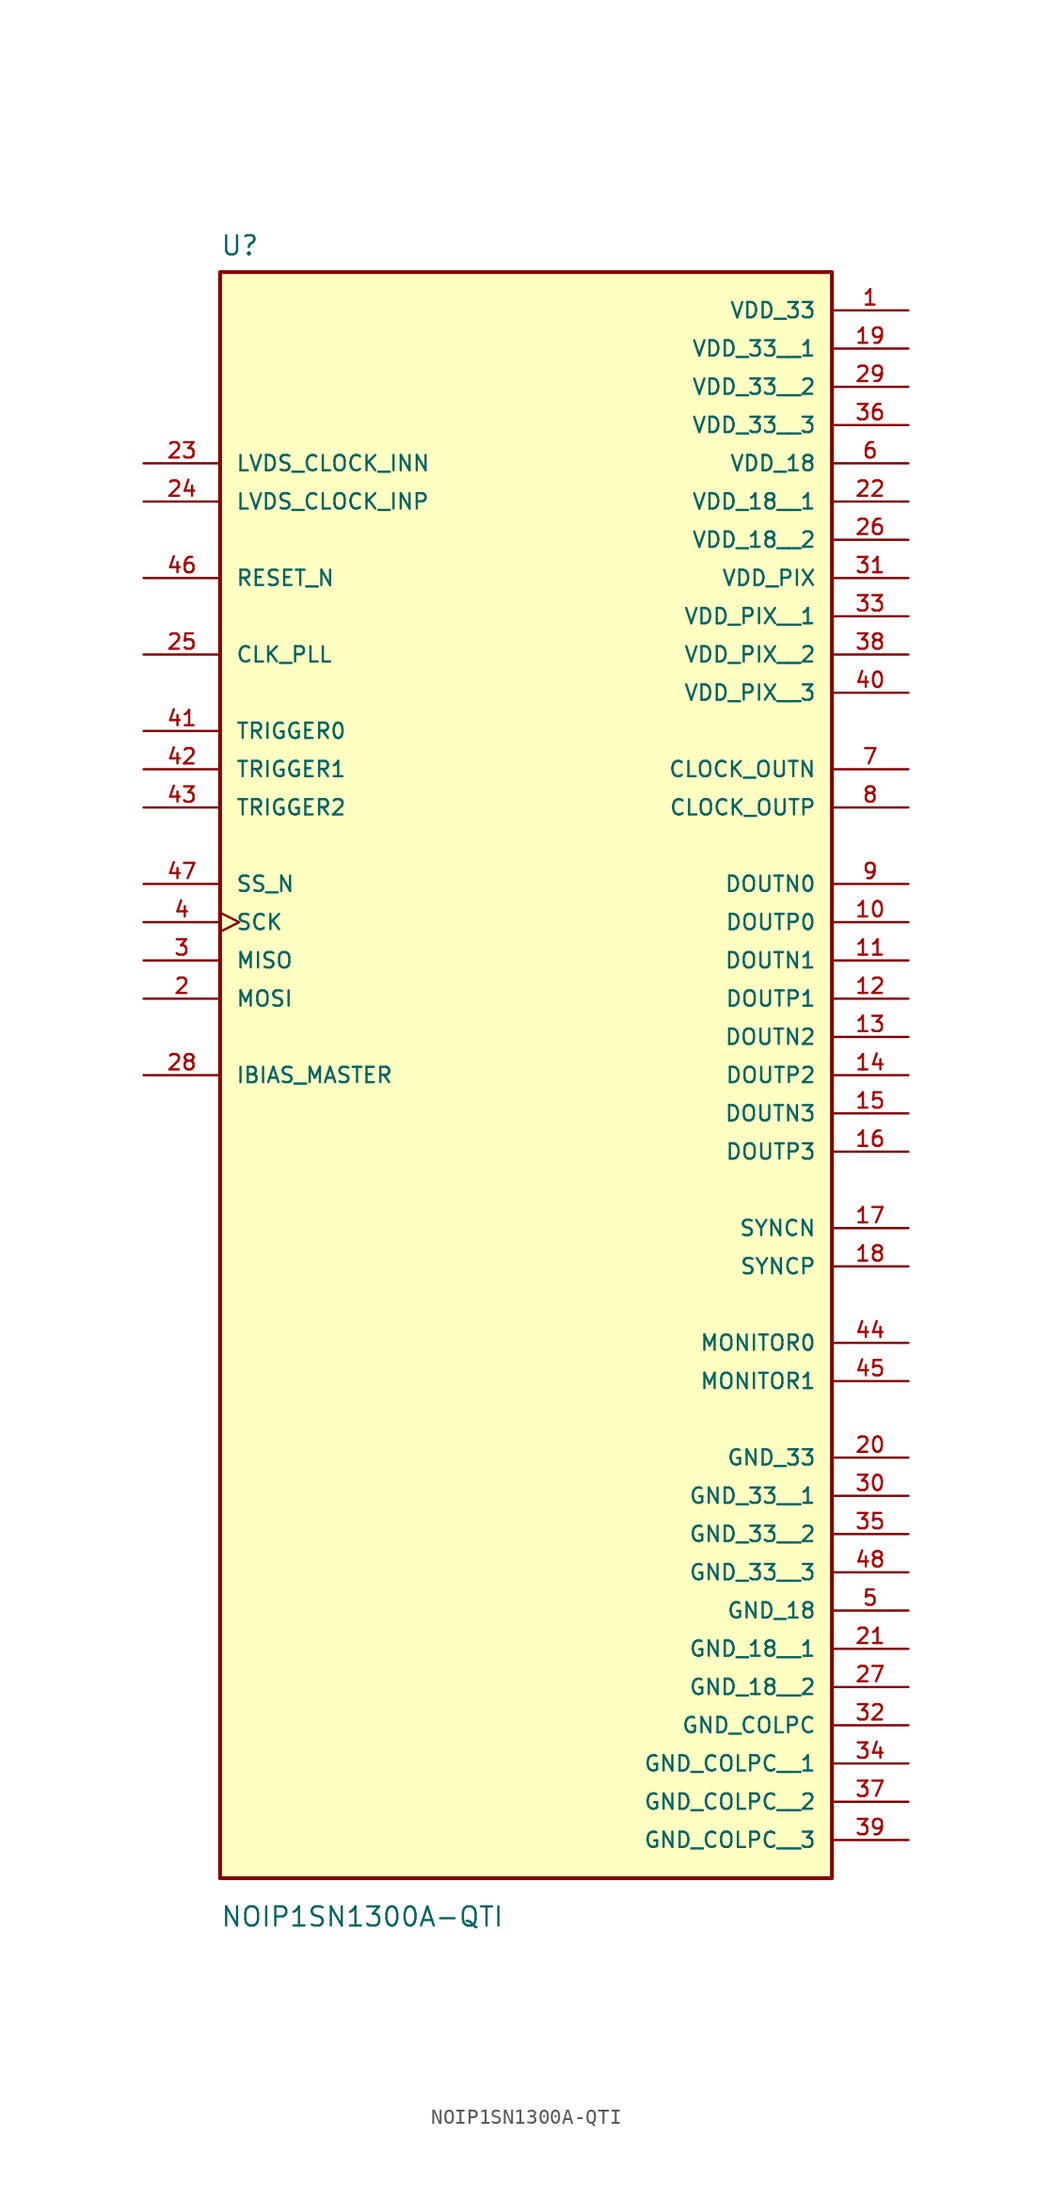
<source format=kicad_sym>
(kicad_symbol_lib
  (version 20211014)
  (generator kicad_symbol_editor)
  (symbol "NOIP1SN1300A-QTI"
    (pin_names
      (offset 1.016))
    (property "Reference" "U"
      (at -20.32 34.036 0)
      (effects (font (size 1.27 1.27)) (justify bottom left)))
    (property "Value" "NOIP1SN1300A-QTI"
      (at -20.32 -76.962 0)
      (effects (font (size 1.27 1.27)) (justify bottom left)))
    (symbol "NOIP1SN1300A-QTI_0_0"
      (rectangle (start -20.32 -73.66) (end 20.32 33.02) (stroke (width 0.254)) (fill (type background)))
      (pin power_in line (at 25.4 30.48 180.0) (length 5.08) (name "VDD_33" (effects (font (size 1.016 1.016)))) (number "1" (effects (font (size 1.016 1.016)))))
      (pin input line (at -25.4 -15.24 0) (length 5.08) (name "MOSI" (effects (font (size 1.016 1.016)))) (number "2" (effects (font (size 1.016 1.016)))))
      (pin output line (at -25.4 -12.7 0) (length 5.08) (name "MISO" (effects (font (size 1.016 1.016)))) (number "3" (effects (font (size 1.016 1.016)))))
      (pin input clock (at -25.4 -10.16 0) (length 5.08) (name "SCK" (effects (font (size 1.016 1.016)))) (number "4" (effects (font (size 1.016 1.016)))))
      (pin power_in line (at 25.4 -55.88 180.0) (length 5.08) (name "GND_18" (effects (font (size 1.016 1.016)))) (number "5" (effects (font (size 1.016 1.016)))))
      (pin power_in line (at 25.4 20.32 180.0) (length 5.08) (name "VDD_18" (effects (font (size 1.016 1.016)))) (number "6" (effects (font (size 1.016 1.016)))))
      (pin output line (at 25.4 0.0 180.0) (length 5.08) (name "CLOCK_OUTN" (effects (font (size 1.016 1.016)))) (number "7" (effects (font (size 1.016 1.016)))))
      (pin output line (at 25.4 -2.54 180.0) (length 5.08) (name "CLOCK_OUTP" (effects (font (size 1.016 1.016)))) (number "8" (effects (font (size 1.016 1.016)))))
      (pin output line (at 25.4 -7.62 180.0) (length 5.08) (name "DOUTN0" (effects (font (size 1.016 1.016)))) (number "9" (effects (font (size 1.016 1.016)))))
      (pin output line (at 25.4 -10.16 180.0) (length 5.08) (name "DOUTP0" (effects (font (size 1.016 1.016)))) (number "10" (effects (font (size 1.016 1.016)))))
      (pin output line (at 25.4 -12.7 180.0) (length 5.08) (name "DOUTN1" (effects (font (size 1.016 1.016)))) (number "11" (effects (font (size 1.016 1.016)))))
      (pin output line (at 25.4 -15.24 180.0) (length 5.08) (name "DOUTP1" (effects (font (size 1.016 1.016)))) (number "12" (effects (font (size 1.016 1.016)))))
      (pin output line (at 25.4 -17.78 180.0) (length 5.08) (name "DOUTN2" (effects (font (size 1.016 1.016)))) (number "13" (effects (font (size 1.016 1.016)))))
      (pin output line (at 25.4 -20.32 180.0) (length 5.08) (name "DOUTP2" (effects (font (size 1.016 1.016)))) (number "14" (effects (font (size 1.016 1.016)))))
      (pin output line (at 25.4 -22.86 180.0) (length 5.08) (name "DOUTN3" (effects (font (size 1.016 1.016)))) (number "15" (effects (font (size 1.016 1.016)))))
      (pin output line (at 25.4 -25.4 180.0) (length 5.08) (name "DOUTP3" (effects (font (size 1.016 1.016)))) (number "16" (effects (font (size 1.016 1.016)))))
      (pin output line (at 25.4 -30.48 180.0) (length 5.08) (name "SYNCN" (effects (font (size 1.016 1.016)))) (number "17" (effects (font (size 1.016 1.016)))))
      (pin output line (at 25.4 -33.02 180.0) (length 5.08) (name "SYNCP" (effects (font (size 1.016 1.016)))) (number "18" (effects (font (size 1.016 1.016)))))
      (pin power_in line (at 25.4 -45.72 180.0) (length 5.08) (name "GND_33" (effects (font (size 1.016 1.016)))) (number "20" (effects (font (size 1.016 1.016)))))
      (pin input line (at -25.4 20.32 0) (length 5.08) (name "LVDS_CLOCK_INN" (effects (font (size 1.016 1.016)))) (number "23" (effects (font (size 1.016 1.016)))))
      (pin input line (at -25.4 17.78 0) (length 5.08) (name "LVDS_CLOCK_INP" (effects (font (size 1.016 1.016)))) (number "24" (effects (font (size 1.016 1.016)))))
      (pin input line (at -25.4 7.62 0) (length 5.08) (name "CLK_PLL" (effects (font (size 1.016 1.016)))) (number "25" (effects (font (size 1.016 1.016)))))
      (pin bidirectional line (at -25.4 -20.32 0) (length 5.08) (name "IBIAS_MASTER" (effects (font (size 1.016 1.016)))) (number "28" (effects (font (size 1.016 1.016)))))
      (pin power_in line (at 25.4 12.7 180.0) (length 5.08) (name "VDD_PIX" (effects (font (size 1.016 1.016)))) (number "31" (effects (font (size 1.016 1.016)))))
      (pin power_in line (at 25.4 -63.5 180.0) (length 5.08) (name "GND_COLPC" (effects (font (size 1.016 1.016)))) (number "32" (effects (font (size 1.016 1.016)))))
      (pin input line (at -25.4 2.54 0) (length 5.08) (name "TRIGGER0" (effects (font (size 1.016 1.016)))) (number "41" (effects (font (size 1.016 1.016)))))
      (pin input line (at -25.4 0.0 0) (length 5.08) (name "TRIGGER1" (effects (font (size 1.016 1.016)))) (number "42" (effects (font (size 1.016 1.016)))))
      (pin input line (at -25.4 -2.54 0) (length 5.08) (name "TRIGGER2" (effects (font (size 1.016 1.016)))) (number "43" (effects (font (size 1.016 1.016)))))
      (pin output line (at 25.4 -38.1 180.0) (length 5.08) (name "MONITOR0" (effects (font (size 1.016 1.016)))) (number "44" (effects (font (size 1.016 1.016)))))
      (pin output line (at 25.4 -40.64 180.0) (length 5.08) (name "MONITOR1" (effects (font (size 1.016 1.016)))) (number "45" (effects (font (size 1.016 1.016)))))
      (pin input line (at -25.4 12.7 0) (length 5.08) (name "RESET_N" (effects (font (size 1.016 1.016)))) (number "46" (effects (font (size 1.016 1.016)))))
      (pin input line (at -25.4 -7.62 0) (length 5.08) (name "SS_N" (effects (font (size 1.016 1.016)))) (number "47" (effects (font (size 1.016 1.016)))))
      (pin power_in line (at 25.4 27.94 180.0) (length 5.08) (name "VDD_33__1" (effects (font (size 1.016 1.016)))) (number "19" (effects (font (size 1.016 1.016)))))
      (pin power_in line (at 25.4 25.4 180.0) (length 5.08) (name "VDD_33__2" (effects (font (size 1.016 1.016)))) (number "29" (effects (font (size 1.016 1.016)))))
      (pin power_in line (at 25.4 22.86 180.0) (length 5.08) (name "VDD_33__3" (effects (font (size 1.016 1.016)))) (number "36" (effects (font (size 1.016 1.016)))))
      (pin power_in line (at 25.4 17.78 180.0) (length 5.08) (name "VDD_18__1" (effects (font (size 1.016 1.016)))) (number "22" (effects (font (size 1.016 1.016)))))
      (pin power_in line (at 25.4 15.24 180.0) (length 5.08) (name "VDD_18__2" (effects (font (size 1.016 1.016)))) (number "26" (effects (font (size 1.016 1.016)))))
      (pin power_in line (at 25.4 10.16 180.0) (length 5.08) (name "VDD_PIX__1" (effects (font (size 1.016 1.016)))) (number "33" (effects (font (size 1.016 1.016)))))
      (pin power_in line (at 25.4 7.62 180.0) (length 5.08) (name "VDD_PIX__2" (effects (font (size 1.016 1.016)))) (number "38" (effects (font (size 1.016 1.016)))))
      (pin power_in line (at 25.4 5.08 180.0) (length 5.08) (name "VDD_PIX__3" (effects (font (size 1.016 1.016)))) (number "40" (effects (font (size 1.016 1.016)))))
      (pin power_in line (at 25.4 -48.26 180.0) (length 5.08) (name "GND_33__1" (effects (font (size 1.016 1.016)))) (number "30" (effects (font (size 1.016 1.016)))))
      (pin power_in line (at 25.4 -50.8 180.0) (length 5.08) (name "GND_33__2" (effects (font (size 1.016 1.016)))) (number "35" (effects (font (size 1.016 1.016)))))
      (pin power_in line (at 25.4 -53.34 180.0) (length 5.08) (name "GND_33__3" (effects (font (size 1.016 1.016)))) (number "48" (effects (font (size 1.016 1.016)))))
      (pin power_in line (at 25.4 -58.42 180.0) (length 5.08) (name "GND_18__1" (effects (font (size 1.016 1.016)))) (number "21" (effects (font (size 1.016 1.016)))))
      (pin power_in line (at 25.4 -60.96 180.0) (length 5.08) (name "GND_18__2" (effects (font (size 1.016 1.016)))) (number "27" (effects (font (size 1.016 1.016)))))
      (pin power_in line (at 25.4 -66.04 180.0) (length 5.08) (name "GND_COLPC__1" (effects (font (size 1.016 1.016)))) (number "34" (effects (font (size 1.016 1.016)))))
      (pin power_in line (at 25.4 -68.58 180.0) (length 5.08) (name "GND_COLPC__2" (effects (font (size 1.016 1.016)))) (number "37" (effects (font (size 1.016 1.016)))))
      (pin power_in line (at 25.4 -71.12 180.0) (length 5.08) (name "GND_COLPC__3" (effects (font (size 1.016 1.016)))) (number "39" (effects (font (size 1.016 1.016))))))))
</source>
